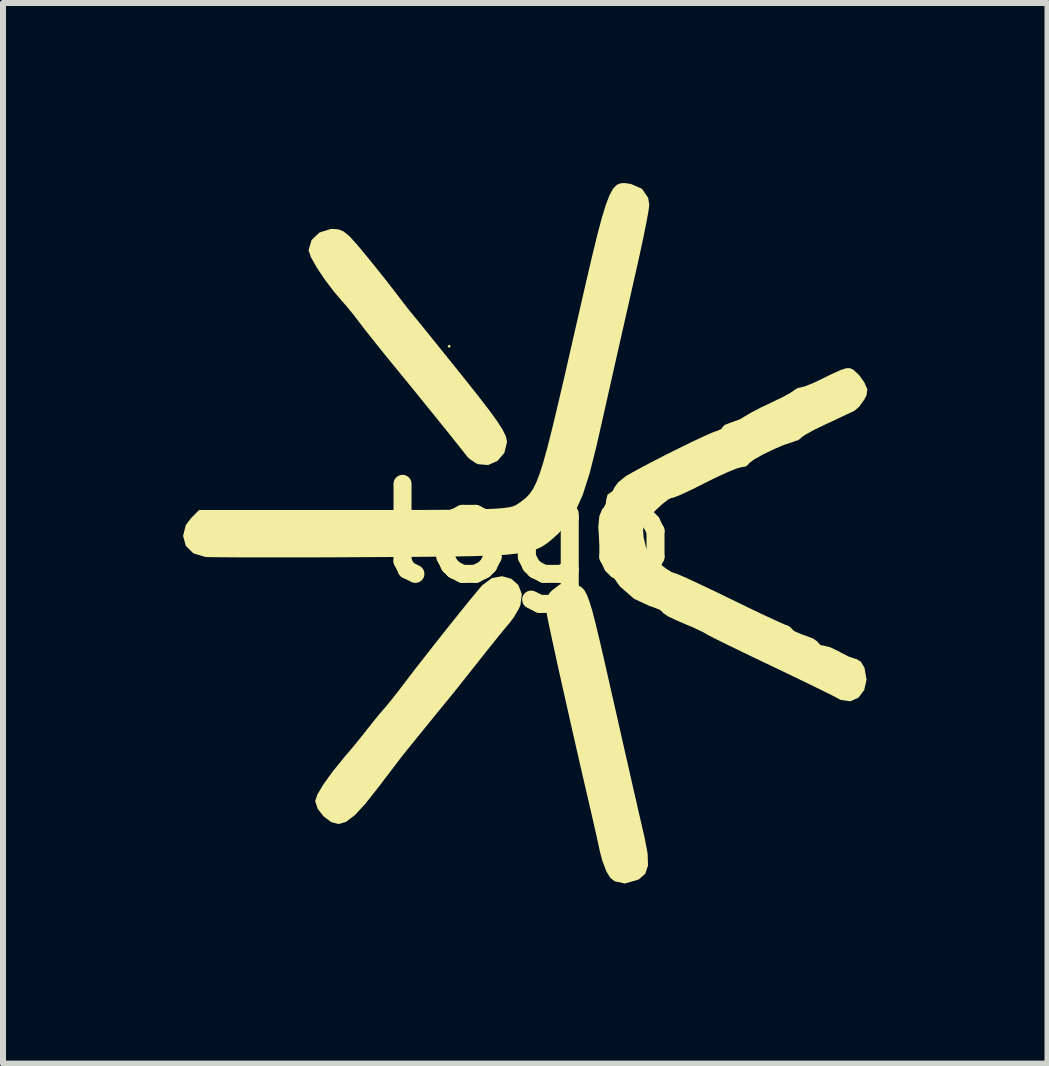
<source format=kicad_pcb>
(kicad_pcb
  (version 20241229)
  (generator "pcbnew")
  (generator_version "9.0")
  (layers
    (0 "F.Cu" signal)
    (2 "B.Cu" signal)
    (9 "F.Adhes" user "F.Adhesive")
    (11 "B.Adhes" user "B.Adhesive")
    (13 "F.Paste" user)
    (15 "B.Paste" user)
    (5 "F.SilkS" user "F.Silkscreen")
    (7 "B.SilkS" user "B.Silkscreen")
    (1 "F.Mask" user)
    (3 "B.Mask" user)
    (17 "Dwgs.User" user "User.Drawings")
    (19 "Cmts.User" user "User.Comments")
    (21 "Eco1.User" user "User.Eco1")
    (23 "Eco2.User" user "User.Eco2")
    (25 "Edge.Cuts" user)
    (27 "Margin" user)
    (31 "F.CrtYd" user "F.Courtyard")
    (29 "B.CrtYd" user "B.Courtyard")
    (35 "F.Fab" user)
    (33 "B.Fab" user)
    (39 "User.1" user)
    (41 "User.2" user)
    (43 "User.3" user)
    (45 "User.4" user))
  (footprint "logo"
    (layer "F.Cu")
    (at 5.727 5.832)
    (property "Reference" "logo" (at 0 0 0) (layer "F.SilkS") (effects (font (size 1.5 1.5) (thickness 0.3))))
    (attr board_only exclude_from_pos_files exclude_from_bom)
    (fp_poly (pts (xy -1.267 -3.113) (xy -1.295 -3.085) (xy -1.322 -3.113) (xy -1.295 -3.141)) (stroke (width 0) (type solid)) (fill yes) (layer "F.SilkS"))
    (fp_poly (pts (xy 0.733 0.849) (xy 0.802 0.861) (xy 0.86 0.875) (xy 0.909 0.899) (xy 0.953 0.943) (xy 0.996 1.018) (xy 1.041 1.133) (xy 1.091 1.298) (xy 1.149 1.523) (xy 1.22 1.818) (xy 1.306 2.192) (xy 1.411 2.656) (xy 1.515 3.113) (xy 1.617 3.566) (xy 1.7 3.929) (xy 1.766 4.223) (xy 1.822 4.464) (xy 1.869 4.673) (xy 1.914 4.867) (xy 1.958 5.055) (xy 2.012 5.338) (xy 2.018 5.538) (xy 1.973 5.673) (xy 1.875 5.76) (xy 1.844 5.776) (xy 1.633 5.836) (xy 1.464 5.8) (xy 1.389 5.741) (xy 1.324 5.635) (xy 1.259 5.462) (xy 1.219 5.314) (xy 1.164 5.062) (xy 1.102 4.787) (xy 1.072 4.656) (xy 0.974 4.234) (xy 0.872 3.792) (xy 0.77 3.343) (xy 0.671 2.905) (xy 0.578 2.491) (xy 0.495 2.118) (xy 0.426 1.799) (xy 0.373 1.552) (xy 0.34 1.391) (xy 0.334 1.354) (xy 0.312 1.184) (xy 0.326 1.077) (xy 0.385 0.989) (xy 0.424 0.949) (xy 0.547 0.855) (xy 0.678 0.84)) (stroke (width 0) (type solid)) (fill yes) (layer "F.SilkS"))
    (fp_poly (pts (xy -3.134 -5.06) (xy -3.049 -5.024) (xy -2.952 -4.943) (xy -2.825 -4.803) (xy -2.691 -4.642) (xy -2.519 -4.43) (xy -2.354 -4.223) (xy -2.221 -4.052) (xy -2.177 -3.995) (xy -2.059 -3.84) (xy -1.953 -3.705) (xy -1.919 -3.664) (xy -1.858 -3.589) (xy -1.739 -3.443) (xy -1.575 -3.24) (xy -1.376 -2.993) (xy -1.155 -2.719) (xy -1.078 -2.623) (xy -0.822 -2.301) (xy -0.629 -2.051) (xy -0.492 -1.862) (xy -0.402 -1.72) (xy -0.351 -1.616) (xy -0.332 -1.536) (xy -0.331 -1.515) (xy -0.375 -1.338) (xy -0.49 -1.204) (xy -0.645 -1.135) (xy -0.812 -1.149) (xy -0.854 -1.168) (xy -0.954 -1.236) (xy -0.994 -1.275) (xy -1.043 -1.339) (xy -1.151 -1.475) (xy -1.304 -1.667) (xy -1.493 -1.901) (xy -1.705 -2.163) (xy -1.928 -2.438) (xy -2.152 -2.712) (xy -2.204 -2.775) (xy -2.386 -2.999) (xy -2.56 -3.216) (xy -2.703 -3.397) (xy -2.781 -3.499) (xy -2.901 -3.655) (xy -3.012 -3.79) (xy -3.047 -3.829) (xy -3.211 -4.02) (xy -3.368 -4.227) (xy -3.502 -4.428) (xy -3.597 -4.597) (xy -3.636 -4.71) (xy -3.636 -4.716) (xy -3.587 -4.883) (xy -3.456 -5.008) (xy -3.27 -5.067) (xy -3.228 -5.069)) (stroke (width 0) (type solid)) (fill yes) (layer "F.SilkS"))
    (fp_poly (pts (xy -0.259 0.76) (xy -0.142 0.864) (xy -0.084 1.015) (xy -0.107 1.198) (xy -0.134 1.259) (xy -0.214 1.397) (xy -0.289 1.496) (xy -0.349 1.567) (xy -0.462 1.705) (xy -0.61 1.889) (xy -0.772 2.093) (xy -0.942 2.308) (xy -1.094 2.5) (xy -1.212 2.648) (xy -1.276 2.727) (xy -1.357 2.825) (xy -1.48 2.976) (xy -1.627 3.157) (xy -1.779 3.344) (xy -1.918 3.515) (xy -2.025 3.647) (xy -2.081 3.718) (xy -2.082 3.719) (xy -2.132 3.784) (xy -2.232 3.916) (xy -2.366 4.092) (xy -2.468 4.226) (xy -2.689 4.506) (xy -2.866 4.698) (xy -3.012 4.809) (xy -3.138 4.846) (xy -3.258 4.814) (xy -3.382 4.721) (xy -3.386 4.718) (xy -3.483 4.594) (xy -3.526 4.469) (xy -3.526 4.462) (xy -3.49 4.353) (xy -3.387 4.181) (xy -3.23 3.964) (xy -3.029 3.717) (xy -2.959 3.636) (xy -2.887 3.55) (xy -2.774 3.411) (xy -2.669 3.278) (xy -2.552 3.131) (xy -2.463 3.021) (xy -2.423 2.975) (xy -2.361 2.904) (xy -2.255 2.775) (xy -2.13 2.616) (xy -2.009 2.458) (xy -1.984 2.424) (xy -1.867 2.271) (xy -1.707 2.066) (xy -1.521 1.829) (xy -1.324 1.58) (xy -1.132 1.34) (xy -0.96 1.127) (xy -0.825 0.963) (xy -0.744 0.868) (xy -0.582 0.748) (xy -0.413 0.717)) (stroke (width 0) (type solid)) (fill yes) (layer "F.SilkS"))
    (fp_poly (pts (xy 1.721 -5.819) (xy 1.734 -5.817) (xy 1.919 -5.736) (xy 2.021 -5.587) (xy 2.039 -5.469) (xy 2.027 -5.373) (xy 1.994 -5.19) (xy 1.945 -4.944) (xy 1.883 -4.655) (xy 1.843 -4.474) (xy 1.759 -4.103) (xy 1.667 -3.696) (xy 1.577 -3.299) (xy 1.499 -2.955) (xy 1.485 -2.893) (xy 1.405 -2.537) (xy 1.313 -2.129) (xy 1.222 -1.725) (xy 1.158 -1.444) (xy 1.046 -0.997) (xy 0.932 -0.642) (xy 0.808 -0.365) (xy 0.669 -0.149) (xy 0.523 0.008) (xy 0.429 0.093) (xy 0.343 0.164) (xy 0.254 0.223) (xy 0.153 0.27) (xy 0.028 0.307) (xy -0.13 0.336) (xy -0.331 0.358) (xy -0.587 0.373) (xy -0.907 0.383) (xy -1.302 0.39) (xy -1.782 0.394) (xy -2.358 0.398) (xy -2.637 0.399) (xy -3.161 0.402) (xy -3.656 0.404) (xy -4.112 0.404) (xy -4.515 0.404) (xy -4.854 0.403) (xy -5.117 0.401) (xy -5.291 0.399) (xy -5.357 0.396) (xy -5.556 0.336) (xy -5.682 0.211) (xy -5.727 0.045) (xy -5.682 -0.134) (xy -5.595 -0.25) (xy -5.46 -0.386) (xy -2.88 -0.386) (xy -2.275 -0.386) (xy -1.77 -0.387) (xy -1.356 -0.389) (xy -1.023 -0.393) (xy -0.762 -0.399) (xy -0.562 -0.406) (xy -0.415 -0.416) (xy -0.31 -0.429) (xy -0.237 -0.445) (xy -0.188 -0.465) (xy -0.164 -0.479) (xy -0.085 -0.534) (xy -0.016 -0.589) (xy 0.045 -0.653) (xy 0.102 -0.735) (xy 0.156 -0.844) (xy 0.213 -0.99) (xy 0.274 -1.182) (xy 0.342 -1.429) (xy 0.421 -1.74) (xy 0.513 -2.124) (xy 0.622 -2.591) (xy 0.75 -3.151) (xy 0.848 -3.581) (xy 0.976 -4.139) (xy 1.083 -4.598) (xy 1.173 -4.968) (xy 1.25 -5.258) (xy 1.318 -5.477) (xy 1.379 -5.635) (xy 1.437 -5.74) (xy 1.497 -5.802) (xy 1.562 -5.829) (xy 1.635 -5.832)) (stroke (width 0) (type solid)) (fill yes) (layer "F.SilkS"))
    (fp_poly (pts (xy 5.431 -2.727) (xy 5.444 -2.719) (xy 5.539 -2.629) (xy 5.62 -2.515) (xy 5.672 -2.397) (xy 5.658 -2.298) (xy 5.62 -2.223) (xy 5.534 -2.104) (xy 5.455 -2.037) (xy 5.367 -1.996) (xy 5.211 -1.923) (xy 5.016 -1.831) (xy 4.973 -1.812) (xy 4.787 -1.721) (xy 4.647 -1.645) (xy 4.577 -1.597) (xy 4.573 -1.59) (xy 4.526 -1.553) (xy 4.424 -1.517) (xy 4.282 -1.47) (xy 4.109 -1.396) (xy 3.936 -1.312) (xy 3.791 -1.231) (xy 3.704 -1.168) (xy 3.692 -1.148) (xy 3.646 -1.11) (xy 3.587 -1.102) (xy 3.496 -1.078) (xy 3.334 -1.012) (xy 3.126 -0.916) (xy 2.957 -0.831) (xy 2.741 -0.723) (xy 2.564 -0.641) (xy 2.445 -0.593) (xy 2.408 -0.586) (xy 2.358 -0.564) (xy 2.256 -0.484) (xy 2.151 -0.387) (xy 2.019 -0.254) (xy 1.954 -0.154) (xy 1.936 -0.048) (xy 1.945 0.069) (xy 1.987 0.246) (xy 2.082 0.388) (xy 2.18 0.482) (xy 2.312 0.586) (xy 2.416 0.651) (xy 2.448 0.661) (xy 2.515 0.684) (xy 2.664 0.749) (xy 2.877 0.848) (xy 3.139 0.972) (xy 3.406 1.102) (xy 3.695 1.243) (xy 3.952 1.365) (xy 4.159 1.461) (xy 4.299 1.523) (xy 4.355 1.543) (xy 4.407 1.58) (xy 4.408 1.589) (xy 4.455 1.632) (xy 4.575 1.684) (xy 4.628 1.702) (xy 4.765 1.754) (xy 4.842 1.806) (xy 4.849 1.82) (xy 4.894 1.865) (xy 4.945 1.874) (xy 5.054 1.901) (xy 5.197 1.969) (xy 5.222 1.984) (xy 5.361 2.056) (xy 5.471 2.093) (xy 5.485 2.094) (xy 5.562 2.14) (xy 5.624 2.241) (xy 5.659 2.44) (xy 5.62 2.613) (xy 5.524 2.74) (xy 5.388 2.801) (xy 5.228 2.778) (xy 5.179 2.752) (xy 5.106 2.713) (xy 4.949 2.635) (xy 4.726 2.526) (xy 4.454 2.394) (xy 4.149 2.248) (xy 4.105 2.227) (xy 3.796 2.079) (xy 3.518 1.945) (xy 3.288 1.833) (xy 3.121 1.75) (xy 3.035 1.706) (xy 3.03 1.703) (xy 2.92 1.641) (xy 2.763 1.568) (xy 2.535 1.471) (xy 2.493 1.453) (xy 2.354 1.387) (xy 2.27 1.331) (xy 2.259 1.314) (xy 2.211 1.275) (xy 2.092 1.228) (xy 2.043 1.213) (xy 1.784 1.092) (xy 1.548 0.885) (xy 1.36 0.619) (xy 1.252 0.357) (xy 1.205 0.125) (xy 1.19 -0.099) (xy 1.207 -0.284) (xy 1.255 -0.401) (xy 1.275 -0.418) (xy 1.315 -0.491) (xy 1.322 -0.554) (xy 1.344 -0.642) (xy 1.374 -0.661) (xy 1.432 -0.706) (xy 1.456 -0.758) (xy 1.522 -0.848) (xy 1.643 -0.946) (xy 1.667 -0.961) (xy 1.829 -1.052) (xy 2.041 -1.165) (xy 2.283 -1.29) (xy 2.532 -1.414) (xy 2.767 -1.529) (xy 2.968 -1.623) (xy 3.113 -1.686) (xy 3.179 -1.708) (xy 3.245 -1.738) (xy 3.251 -1.757) (xy 3.298 -1.804) (xy 3.402 -1.844) (xy 3.546 -1.896) (xy 3.636 -1.949) (xy 3.727 -2.004) (xy 3.884 -2.086) (xy 4.075 -2.177) (xy 4.077 -2.179) (xy 4.256 -2.264) (xy 4.39 -2.337) (xy 4.453 -2.381) (xy 4.454 -2.383) (xy 4.517 -2.421) (xy 4.545 -2.424) (xy 4.635 -2.447) (xy 4.78 -2.506) (xy 4.857 -2.542) (xy 5.081 -2.652) (xy 5.228 -2.718) (xy 5.321 -2.748) (xy 5.381 -2.749)) (stroke (width 0) (type solid)) (fill yes) (layer "F.SilkS")))
  (gr_rect
    (start -3 -3)
    (end 14.4 14.668)
    (stroke (width 0.1) (type default))
    (fill no)
    (layer "Edge.Cuts")))
</source>
